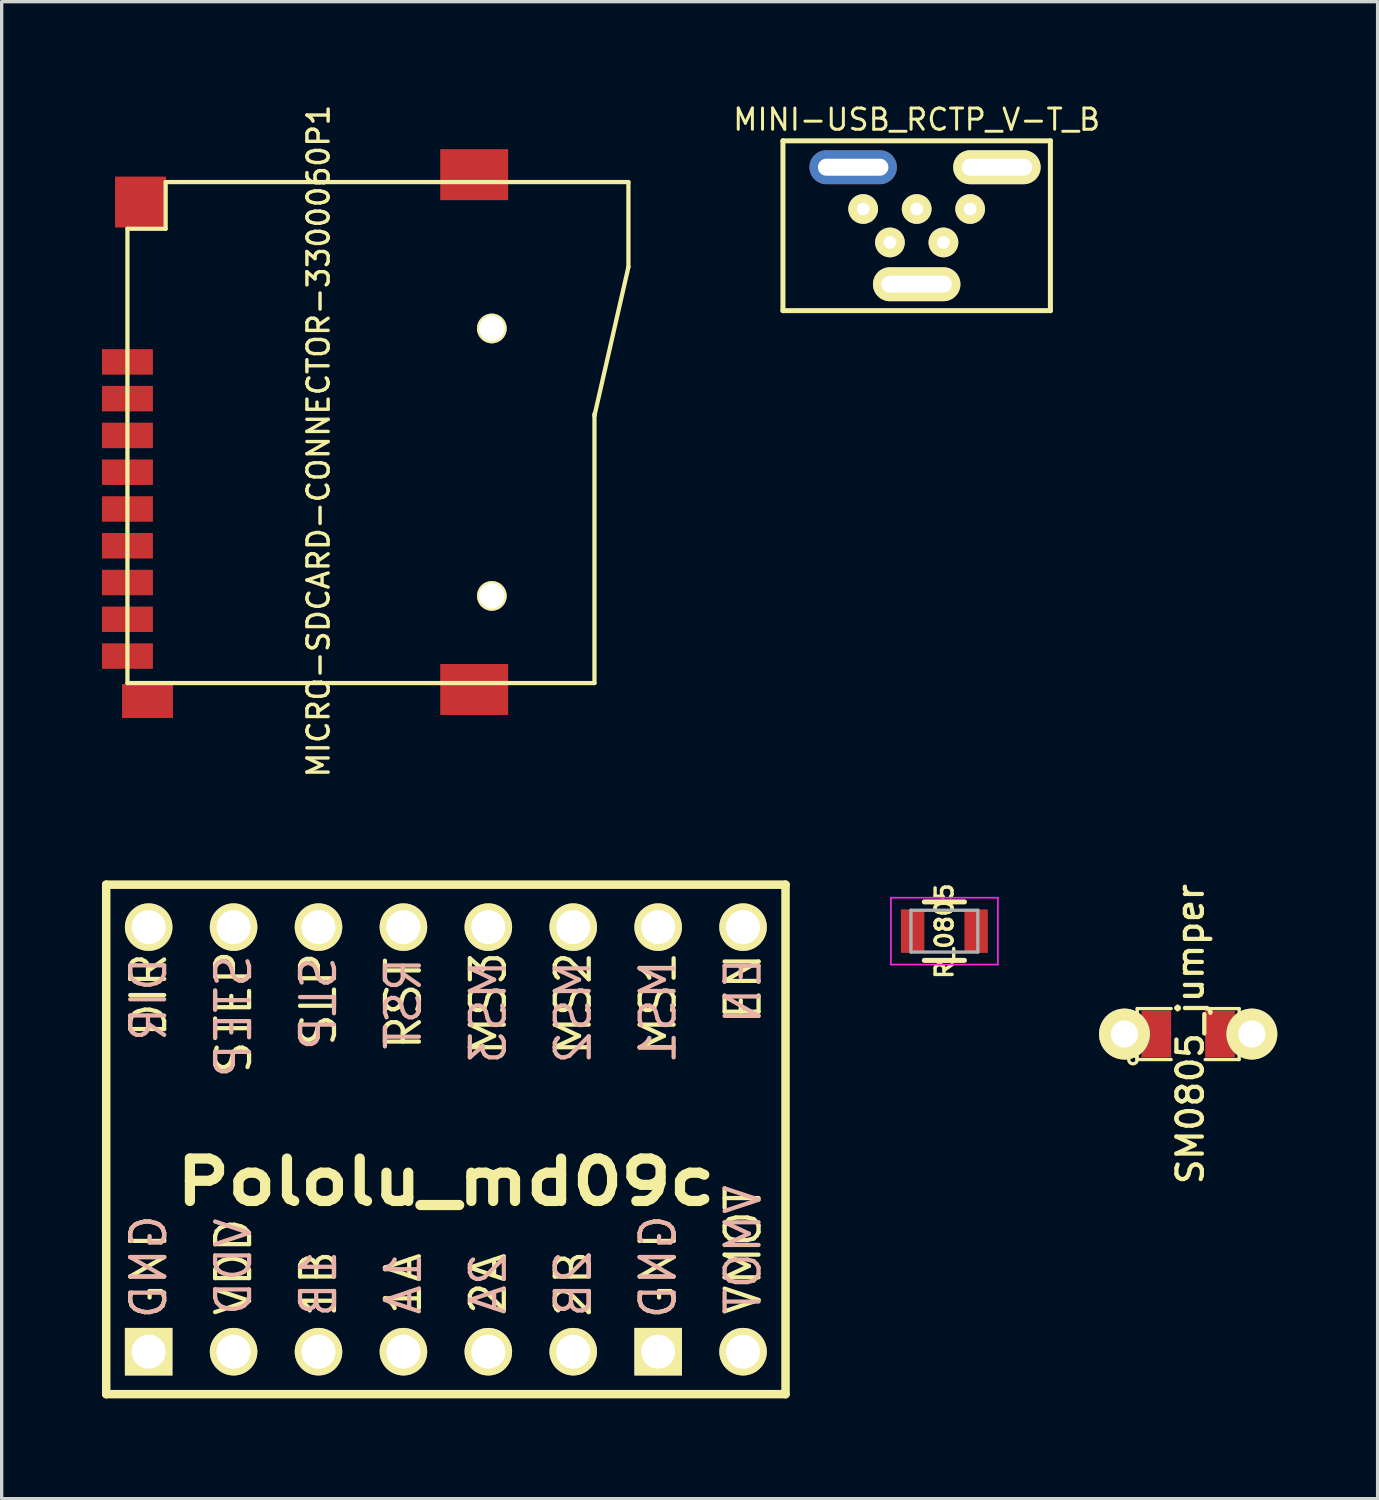
<source format=kicad_pcb>
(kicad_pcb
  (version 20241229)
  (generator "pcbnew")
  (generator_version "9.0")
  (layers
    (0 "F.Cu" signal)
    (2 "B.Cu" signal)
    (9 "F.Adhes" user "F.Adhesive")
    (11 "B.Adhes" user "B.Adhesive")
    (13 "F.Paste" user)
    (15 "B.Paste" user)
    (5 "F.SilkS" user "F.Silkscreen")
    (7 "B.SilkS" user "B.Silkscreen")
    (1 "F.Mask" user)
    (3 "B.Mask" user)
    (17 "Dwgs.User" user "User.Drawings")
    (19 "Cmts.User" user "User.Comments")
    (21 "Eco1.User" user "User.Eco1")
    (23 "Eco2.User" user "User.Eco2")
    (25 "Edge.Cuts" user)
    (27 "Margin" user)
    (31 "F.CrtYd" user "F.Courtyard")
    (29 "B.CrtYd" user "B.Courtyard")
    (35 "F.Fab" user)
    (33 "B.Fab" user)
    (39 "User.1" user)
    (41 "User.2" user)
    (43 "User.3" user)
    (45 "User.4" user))
  (footprint "SM0805_jumper"
    (placed yes)
    (layer "F.Cu")
    (at 32.491 27.882)
    (property "Reference" "SM0805_jumper" (at 0.064 0 90) (layer "F.SilkS") (effects (font (size 0.762 0.762) (thickness 0.127))))
    (attr smd)
    (fp_line (start -1.524 -0.762) (end -0.508 -0.762) (stroke (width 0.099) (type solid)) (layer "F.SilkS"))
    (fp_line (start -1.524 0.762) (end -1.524 -0.762) (stroke (width 0.099) (type solid)) (layer "F.SilkS"))
    (fp_line (start -0.508 0.762) (end -1.524 0.762) (stroke (width 0.099) (type solid)) (layer "F.SilkS"))
    (fp_line (start 0.508 -0.762) (end 1.524 -0.762) (stroke (width 0.099) (type solid)) (layer "F.SilkS"))
    (fp_line (start 1.524 -0.762) (end 1.524 0.762) (stroke (width 0.099) (type solid)) (layer "F.SilkS"))
    (fp_line (start 1.524 0.762) (end 0.508 0.762) (stroke (width 0.099) (type solid)) (layer "F.SilkS"))
    (fp_circle (center -1.651 0.762) (end -1.651 0.635) (stroke (width 0.099) (type solid)) (fill no) (layer "F.SilkS"))
    (pad "1" thru_hole circle (at -1.905 0) (size 1.524 1.524) (drill 0.813) (layers "*.Cu" "*.Mask" "F.SilkS"))
    (pad "1" smd rect (at -1.27 0) (size 1.524 0.203) (layers "F.Cu" "F.Mask" "F.Paste"))
    (pad "1" smd rect (at -0.953 0) (size 0.889 1.397) (layers "F.Cu" "F.Mask" "F.Paste"))
    (pad "2" smd rect (at 0.953 0) (size 0.889 1.397) (layers "F.Cu" "F.Mask" "F.Paste"))
    (pad "2" smd rect (at 1.27 0) (size 1.524 0.203) (layers "F.Cu" "F.Mask" "F.Paste"))
    (pad "2" thru_hole circle (at 1.905 0) (size 1.524 1.524) (drill 0.813) (layers "*.Cu" "*.Mask" "F.SilkS")))
  (footprint "Pololu_md09c"
    (layer "F.Cu")
    (at 10.287 31.033)
    (property "Reference" "Pololu_md09c" (at 0 1.27 0) (layer "F.SilkS") (effects (font (size 1.27 1.524) (thickness 0.305))))
    (attr through_hole)
    (fp_line (start -10.16 -7.62) (end 10.16 -7.62) (stroke (width 0.254) (type solid)) (layer "F.SilkS"))
    (fp_line (start -10.16 7.62) (end -10.16 -7.62) (stroke (width 0.254) (type solid)) (layer "F.SilkS"))
    (fp_line (start 10.16 -7.62) (end 10.16 7.62) (stroke (width 0.254) (type solid)) (layer "F.SilkS"))
    (fp_line (start 10.16 7.62) (end -10.16 7.62) (stroke (width 0.254) (type solid)) (layer "F.SilkS"))
    (fp_text user "DIR" (at -8.89 -4.318 90) (layer "F.SilkS") (effects (font (size 1.016 1.016) (thickness 0.127))))
    (fp_text user "MS2" (at 3.81 -4.064 90) (layer "F.SilkS") (effects (font (size 1.016 1.016) (thickness 0.127))))
    (fp_text user "1B" (at -3.81 4.318 90) (layer "F.SilkS") (effects (font (size 1.016 1.016) (thickness 0.127))))
    (fp_text user "1A" (at -1.27 4.318 90) (layer "F.SilkS") (effects (font (size 1.016 1.016) (thickness 0.127))))
    (fp_text user "RST" (at -1.27 -4.064 90) (layer "F.SilkS") (effects (font (size 1.016 1.016) (thickness 0.127))))
    (fp_text user "VMOT" (at 8.89 3.302 90) (layer "F.SilkS") (effects (font (size 1.016 1.016) (thickness 0.127))))
    (fp_text user "GND" (at 6.35 3.81 90) (layer "F.SilkS") (effects (font (size 1.016 1.016) (thickness 0.127))))
    (fp_text user "EN" (at 8.89 -4.572 90) (layer "F.SilkS") (effects (font (size 1.016 1.016) (thickness 0.127))))
    (fp_text user "MS3" (at 1.27 -4.064 90) (layer "F.SilkS") (effects (font (size 1.016 1.016) (thickness 0.127))))
    (fp_text user "STEP" (at -6.35 -3.81 90) (layer "F.SilkS") (effects (font (size 1.016 1.016) (thickness 0.127))))
    (fp_text user "MS1" (at 6.35 -4.064 90) (layer "F.SilkS") (effects (font (size 1.016 1.016) (thickness 0.127))))
    (fp_text user "GND" (at -8.89 3.81 90) (layer "F.SilkS") (effects (font (size 1.016 1.016) (thickness 0.127))))
    (fp_text user "SLP" (at -3.81 -4.191 90) (layer "F.SilkS") (effects (font (size 1.016 1.016) (thickness 0.127))))
    (fp_text user "2B" (at 3.81 4.318 90) (layer "F.SilkS") (effects (font (size 1.016 1.016) (thickness 0.127))))
    (fp_text user "VDD" (at -6.35 3.81 90) (layer "F.SilkS") (effects (font (size 1.016 1.016) (thickness 0.127))))
    (fp_text user "2A" (at 1.27 4.318 90) (layer "F.SilkS") (effects (font (size 1.016 1.016) (thickness 0.127))))
    (fp_text user "EN" (at 8.89 -4.445 90) (layer "B.SilkS") (effects (font (size 1.016 1.016) (thickness 0.127)) (justify mirror)))
    (fp_text user "MS1" (at 6.35 -3.81 90) (layer "B.SilkS") (effects (font (size 1.016 1.016) (thickness 0.127)) (justify mirror)))
    (fp_text user "2B" (at 3.81 4.318 90) (layer "B.SilkS") (effects (font (size 1.016 1.016) (thickness 0.127)) (justify mirror)))
    (fp_text user "VMOT" (at 8.89 3.302 90) (layer "B.SilkS") (effects (font (size 1.016 1.016) (thickness 0.127)) (justify mirror)))
    (fp_text user "1A" (at -1.27 4.318 90) (layer "B.SilkS") (effects (font (size 1.016 1.016) (thickness 0.127)) (justify mirror)))
    (fp_text user "DIR" (at -8.89 -4.191 90) (layer "B.SilkS") (effects (font (size 1.016 1.016) (thickness 0.127)) (justify mirror)))
    (fp_text user "MS2" (at 3.81 -3.81 90) (layer "B.SilkS") (effects (font (size 1.016 1.016) (thickness 0.127)) (justify mirror)))
    (fp_text user "RST" (at -1.27 -4.064 90) (layer "B.SilkS") (effects (font (size 1.016 1.016) (thickness 0.127)) (justify mirror)))
    (fp_text user "VDD" (at -6.35 3.81 90) (layer "B.SilkS") (effects (font (size 1.016 1.016) (thickness 0.127)) (justify mirror)))
    (fp_text user "STEP" (at -6.35 -3.683 90) (layer "B.SilkS") (effects (font (size 1.016 1.016) (thickness 0.127)) (justify mirror)))
    (fp_text user "2A" (at 1.27 4.318 90) (layer "B.SilkS") (effects (font (size 1.016 1.016) (thickness 0.127)) (justify mirror)))
    (fp_text user "SLP" (at -3.81 -4.064 90) (layer "B.SilkS") (effects (font (size 1.016 1.016) (thickness 0.127)) (justify mirror)))
    (fp_text user "1B" (at -3.81 4.318 90) (layer "B.SilkS") (effects (font (size 1.016 1.016) (thickness 0.127)) (justify mirror)))
    (fp_text user "GND" (at 6.35 3.81 90) (layer "B.SilkS") (effects (font (size 1.016 1.016) (thickness 0.127)) (justify mirror)))
    (fp_text user "GND" (at -8.89 3.81 90) (layer "B.SilkS") (effects (font (size 1.016 1.016) (thickness 0.127)) (justify mirror)))
    (fp_text user "MS3" (at 1.27 -3.81 90) (layer "B.SilkS") (effects (font (size 1.016 1.016) (thickness 0.127)) (justify mirror)))
    (pad "1" thru_hole rect (at -8.89 6.35) (size 1.422 1.422) (drill 1.016) (layers "*.Cu" "*.Mask" "F.SilkS"))
    (pad "2" thru_hole circle (at -6.35 6.35) (size 1.422 1.422) (drill 1.016) (layers "*.Cu" "*.Mask" "F.SilkS"))
    (pad "3" thru_hole circle (at -3.81 6.35) (size 1.422 1.422) (drill 1.016) (layers "*.Cu" "*.Mask" "F.SilkS"))
    (pad "4" thru_hole circle (at -1.27 6.35) (size 1.422 1.422) (drill 1.016) (layers "*.Cu" "*.Mask" "F.SilkS"))
    (pad "5" thru_hole circle (at 1.27 6.35) (size 1.422 1.422) (drill 1.016) (layers "*.Cu" "*.Mask" "F.SilkS"))
    (pad "6" thru_hole circle (at 3.81 6.35) (size 1.422 1.422) (drill 1.016) (layers "*.Cu" "*.Mask" "F.SilkS"))
    (pad "7" thru_hole rect (at 6.35 6.35) (size 1.422 1.422) (drill 1.016) (layers "*.Cu" "*.Mask" "F.SilkS"))
    (pad "8" thru_hole circle (at 8.89 6.35) (size 1.422 1.422) (drill 1.016) (layers "*.Cu" "*.Mask" "F.SilkS"))
    (pad "9" thru_hole circle (at 8.89 -6.35) (size 1.422 1.422) (drill 1.016) (layers "*.Cu" "*.Mask" "F.SilkS"))
    (pad "10" thru_hole circle (at 6.35 -6.35) (size 1.422 1.422) (drill 1.016) (layers "*.Cu" "*.Mask" "F.SilkS"))
    (pad "11" thru_hole circle (at 3.81 -6.35) (size 1.422 1.422) (drill 1.016) (layers "*.Cu" "*.Mask" "F.SilkS"))
    (pad "12" thru_hole circle (at 1.27 -6.35) (size 1.422 1.422) (drill 1.016) (layers "*.Cu" "*.Mask" "F.SilkS"))
    (pad "13" thru_hole circle (at -1.27 -6.35) (size 1.422 1.422) (drill 1.016) (layers "*.Cu" "*.Mask" "F.SilkS"))
    (pad "14" thru_hole circle (at -3.81 -6.35) (size 1.422 1.422) (drill 1.016) (layers "*.Cu" "*.Mask" "F.SilkS"))
    (pad "15" thru_hole circle (at -6.35 -6.35) (size 1.422 1.422) (drill 1.016) (layers "*.Cu" "*.Mask" "F.SilkS"))
    (pad "16" thru_hole circle (at -8.89 -6.35) (size 1.422 1.422) (drill 1.016) (layers "*.Cu" "*.Mask" "F.SilkS")))
  (footprint "MINI-USB_RCTP_V-T_B"
    (layer "F.Cu")
    (at 24.37 3.702)
    (property "Reference" "MINI-USB_RCTP_V-T_B" (at 0 -3.175 0) (layer "F.SilkS") (effects (font (size 0.635 0.635) (thickness 0.089))))
    (attr smd)
    (fp_line (start -4 2.54) (end -4 -2.54) (stroke (width 0.15) (type solid)) (layer "F.SilkS"))
    (fp_line (start -4 -2.54) (end 4 -2.54) (stroke (width 0.15) (type solid)) (layer "F.SilkS"))
    (fp_line (start 4 -2.54) (end 4 2.54) (stroke (width 0.15) (type solid)) (layer "F.SilkS"))
    (fp_line (start 4 2.54) (end -4 2.54) (stroke (width 0.15) (type solid)) (layer "F.SilkS"))
    (pad "1" thru_hole circle (at -1.6 -0.5) (size 0.889 0.889) (drill 0.381) (layers "*.Cu" "*.Mask" "F.SilkS"))
    (pad "2" thru_hole circle (at -0.8 0.5) (size 0.889 0.889) (drill 0.381) (layers "*.Cu" "*.Mask" "F.SilkS"))
    (pad "3" thru_hole circle (at 0 -0.5) (size 0.889 0.889) (drill 0.381) (layers "*.Cu" "*.Mask" "F.SilkS"))
    (pad "4" thru_hole circle (at 0.8 0.5) (size 0.889 0.889) (drill 0.381) (layers "*.Cu" "*.Mask" "F.SilkS"))
    (pad "5" thru_hole circle (at 1.6 -0.5) (size 0.889 0.889) (drill 0.381) (layers "*.Cu" "*.Mask" "F.SilkS"))
    (pad "6" thru_hole oval (at -1.9 -1.75 90) (size 1.016 2.616) (drill oval 0.508 2.108) (layers "*.Cu" "*.Mask"))
    (pad "6" thru_hole oval (at 0 1.75 90) (size 1.016 2.616) (drill oval 0.508 2.108) (layers "*.Cu" "*.Mask" "F.SilkS"))
    (pad "6" thru_hole oval (at 2.4 -1.75 90) (size 1.016 2.616) (drill oval 0.508 2.108) (layers "*.Cu" "*.Mask" "F.SilkS")))
  (footprint "MICRO-SDCARD-CONNECTOR-3300060P1"
    (layer "F.Cu")
    (at 8.255 9.889)
    (property "Reference" "MICRO-SDCARD-CONNECTOR-3300060P1" (at -1.778 0.254 90) (layer "F.SilkS") (effects (font (size 0.635 0.635) (thickness 0.102))))
    (attr smd)
    (fp_line (start -7.493 -6.096) (end -6.35 -6.096) (stroke (width 0.127) (type solid)) (layer "F.SilkS"))
    (fp_line (start -7.493 7.493) (end -7.493 -6.096) (stroke (width 0.127) (type solid)) (layer "F.SilkS"))
    (fp_line (start -7.493 7.493) (end 6.477 7.493) (stroke (width 0.127) (type solid)) (layer "F.SilkS"))
    (fp_line (start -6.35 -7.493) (end 7.493 -7.493) (stroke (width 0.127) (type solid)) (layer "F.SilkS"))
    (fp_line (start -6.35 -6.096) (end -6.35 -7.493) (stroke (width 0.127) (type solid)) (layer "F.SilkS"))
    (fp_line (start 6.477 7.493) (end 6.477 -0.559) (stroke (width 0.127) (type solid)) (layer "F.SilkS"))
    (fp_line (start 7.493 -7.493) (end 7.493 -4.962) (stroke (width 0.127) (type solid)) (layer "F.SilkS"))
    (fp_line (start 7.493 -4.953) (end 6.477 -0.508) (stroke (width 0.127) (type solid)) (layer "F.SilkS"))
    (pad "" thru_hole circle (at 3.407 -3.114) (size 0.889 0.889) (drill 0.762) (layers "*.Cu" "*.Mask" "F.SilkS"))
    (pad "" thru_hole circle (at 3.407 4.886) (size 0.889 0.889) (drill 0.762) (layers "*.Cu" "*.Mask" "F.SilkS"))
    (pad "1" smd rect (at -7.493 -2.114) (size 1.524 0.762) (layers "F.Cu" "F.Mask" "F.Paste"))
    (pad "2" smd rect (at -7.493 -1.014) (size 1.524 0.762) (layers "F.Cu" "F.Mask" "F.Paste"))
    (pad "3" smd rect (at -7.493 0.086) (size 1.524 0.762) (layers "F.Cu" "F.Mask" "F.Paste"))
    (pad "4" smd rect (at -7.493 1.186) (size 1.524 0.762) (layers "F.Cu" "F.Mask" "F.Paste"))
    (pad "5" smd rect (at -7.493 2.286) (size 1.524 0.762) (layers "F.Cu" "F.Mask" "F.Paste"))
    (pad "6" smd rect (at -7.493 3.386) (size 1.524 0.762) (layers "F.Cu" "F.Mask" "F.Paste"))
    (pad "7" smd rect (at -7.493 4.486) (size 1.524 0.762) (layers "F.Cu" "F.Mask" "F.Paste"))
    (pad "8" smd rect (at -7.493 5.586) (size 1.524 0.762) (layers "F.Cu" "F.Mask" "F.Paste"))
    (pad "9" smd rect (at -7.493 6.686) (size 1.524 0.762) (layers "F.Cu" "F.Mask" "F.Paste"))
    (pad "G1" smd rect (at -6.893 8.032) (size 1.524 1.016) (layers "F.Cu" "F.Mask" "F.Paste"))
    (pad "G2" smd rect (at 2.88 7.686) (size 2.032 1.524) (layers "F.Cu" "F.Mask" "F.Paste"))
    (pad "G3" smd rect (at 2.88 -7.714) (size 2.032 1.524) (layers "F.Cu" "F.Mask" "F.Paste"))
    (pad "G4" smd rect (at -7.101 -6.895) (size 1.524 1.524) (layers "F.Cu" "F.Mask" "F.Paste")))
  (footprint "R_0805"
    (layer "F.Cu")
    (at 25.199 24.803)
    (property "Reference" "R_0805" (at 0 0 90) (layer "F.SilkS") (effects (font (size 0.508 0.508) (thickness 0.102))))
    (attr smd)
    (fp_line (start -0.6 -0.875) (end 0.6 -0.875) (stroke (width 0.15) (type solid)) (layer "F.SilkS"))
    (fp_line (start 0.6 0.875) (end -0.6 0.875) (stroke (width 0.15) (type solid)) (layer "F.SilkS"))
    (fp_line (start -1.6 -1) (end -1.6 1) (stroke (width 0.05) (type solid)) (layer "F.CrtYd"))
    (fp_line (start -1.6 -1) (end 1.6 -1) (stroke (width 0.05) (type solid)) (layer "F.CrtYd"))
    (fp_line (start -1.6 1) (end 1.6 1) (stroke (width 0.05) (type solid)) (layer "F.CrtYd"))
    (fp_line (start 1.6 -1) (end 1.6 1) (stroke (width 0.05) (type solid)) (layer "F.CrtYd"))
    (fp_line (start -1 -0.625) (end 1 -0.625) (stroke (width 0.1) (type solid)) (layer "F.Fab"))
    (fp_line (start -1 0.625) (end -1 -0.625) (stroke (width 0.1) (type solid)) (layer "F.Fab"))
    (fp_line (start 1 -0.625) (end 1 0.625) (stroke (width 0.1) (type solid)) (layer "F.Fab"))
    (fp_line (start 1 0.625) (end -1 0.625) (stroke (width 0.1) (type solid)) (layer "F.Fab"))
    (pad "1" smd rect (at -0.95 0) (size 0.7 1.3) (layers "F.Cu" "F.Mask" "F.Paste"))
    (pad "2" smd rect (at 0.95 0) (size 0.7 1.3) (layers "F.Cu" "F.Mask" "F.Paste")))
  (gr_rect
    (start -3 -3)
    (end 38.158 41.78)
    (stroke (width 0.1) (type default))
    (fill no)
    (layer "Edge.Cuts")))
</source>
